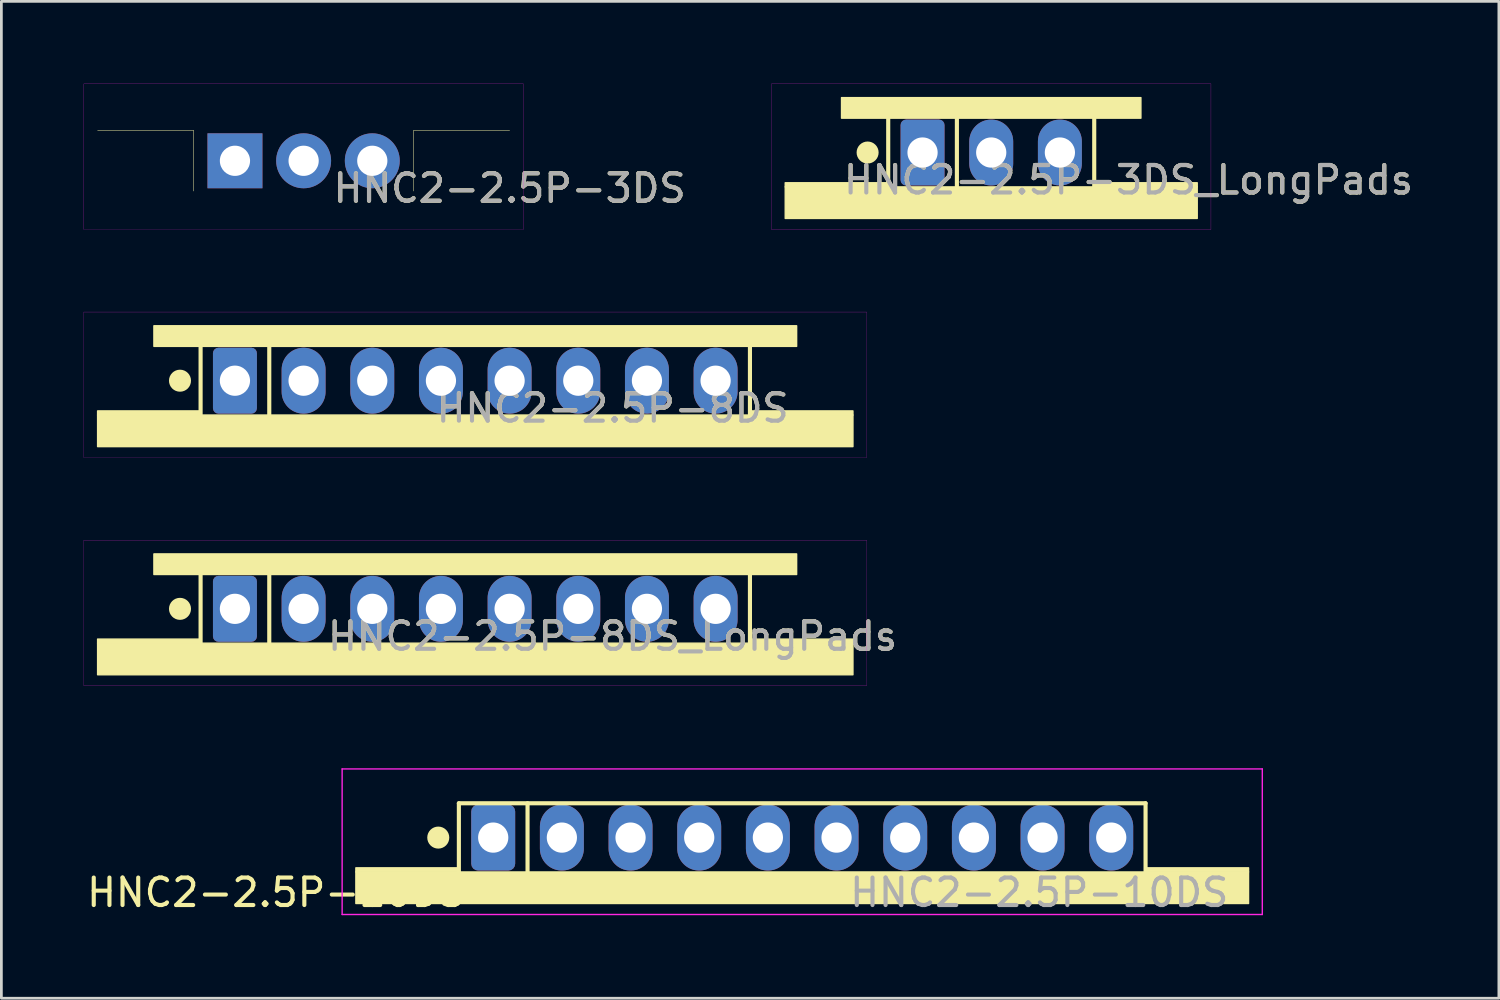
<source format=kicad_pcb>
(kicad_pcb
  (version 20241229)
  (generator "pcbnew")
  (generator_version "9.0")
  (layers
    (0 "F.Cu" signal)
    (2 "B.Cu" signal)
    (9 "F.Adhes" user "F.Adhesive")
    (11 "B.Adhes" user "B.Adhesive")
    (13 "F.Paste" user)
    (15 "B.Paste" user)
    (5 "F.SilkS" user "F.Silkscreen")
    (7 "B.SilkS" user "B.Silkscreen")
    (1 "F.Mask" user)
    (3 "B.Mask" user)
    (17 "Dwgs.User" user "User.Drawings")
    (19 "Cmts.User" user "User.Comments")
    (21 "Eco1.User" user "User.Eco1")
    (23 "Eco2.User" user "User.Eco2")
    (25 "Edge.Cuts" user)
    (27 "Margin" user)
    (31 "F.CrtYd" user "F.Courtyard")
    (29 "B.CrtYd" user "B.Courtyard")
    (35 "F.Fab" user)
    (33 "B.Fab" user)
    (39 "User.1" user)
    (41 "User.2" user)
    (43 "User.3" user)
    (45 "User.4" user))
  (footprint "HNC2-2.5P-8DS"
    (layer "F.Cu")
    (at 5.503 10.81)
    (property "Reference" "HNC2-2.5P-8DS" (at 13.75 1 180) (layer "F.SilkS") (effects (font (size 1 1) (thickness 0.15))))
    (attr through_hole)
    (fp_line (start -1.25 -1.25) (end -1.25 1.25) (stroke (width 0.15) (type solid)) (layer "F.SilkS"))
    (fp_line (start 1.25 -1.25) (end 1.25 1.25) (stroke (width 0.15) (type solid)) (layer "F.SilkS"))
    (fp_line (start 18.75 -1.25) (end 18.75 1.25) (stroke (width 0.15) (type solid)) (layer "F.SilkS"))
    (fp_rect (start -5 1.1) (end -1.25 1.25) (stroke (width 0.05) (type solid)) (fill yes) (layer "F.SilkS"))
    (fp_rect (start -5 1.25) (end 22.5 2.4) (stroke (width 0.05) (type solid)) (fill yes) (layer "F.SilkS"))
    (fp_rect (start -2.95 -2) (end 20.45 -1.25) (stroke (width 0.05) (type solid)) (fill yes) (layer "F.SilkS"))
    (fp_rect (start 18.75 1.1) (end 22.5 1.25) (stroke (width 0.05) (type solid)) (fill yes) (layer "F.SilkS"))
    (fp_circle (center -2 0) (end -1.999 0) (stroke (width 0.4) (type solid)) (fill no) (layer "F.SilkS"))
    (fp_line (start -5.5 -2.5) (end 23 -2.5) (stroke (width 0.006) (type solid)) (layer "F.CrtYd"))
    (fp_line (start -5.5 2.8) (end -5.5 -2.5) (stroke (width 0.006) (type solid)) (layer "F.CrtYd"))
    (fp_line (start 23 -2.5) (end 23 2.8) (stroke (width 0.006) (type solid)) (layer "F.CrtYd"))
    (fp_line (start 23 2.8) (end -5.5 2.8) (stroke (width 0.006) (type solid)) (layer "F.CrtYd"))
    (fp_text user "${REFERENCE}" (at 13.75 1 180) (layer "F.Fab") (effects (font (size 1 1) (thickness 0.15))))
    (pad "1" thru_hole roundrect (at 0 0 180) (size 1.6 2.4) (drill 1.1) (layers "*.Cu" "*.Mask") (roundrect_rratio 0.125))
    (pad "2" thru_hole oval (at 2.5 0 180) (size 1.6 2.4) (drill 1.1) (layers "*.Cu" "*.Mask"))
    (pad "3" thru_hole oval (at 5 0 180) (size 1.6 2.4) (drill 1.1) (layers "*.Cu" "*.Mask"))
    (pad "4" thru_hole oval (at 7.5 0 180) (size 1.6 2.4) (drill 1.1) (layers "*.Cu" "*.Mask"))
    (pad "5" thru_hole oval (at 10 0 180) (size 1.6 2.4) (drill 1.1) (layers "*.Cu" "*.Mask"))
    (pad "6" thru_hole oval (at 12.5 0 180) (size 1.6 2.4) (drill 1.1) (layers "*.Cu" "*.Mask"))
    (pad "7" thru_hole oval (at 15 0 180) (size 1.6 2.4) (drill 1.1) (layers "*.Cu" "*.Mask"))
    (pad "8" thru_hole oval (at 17.5 0 180) (size 1.6 2.4) (drill 1.1) (layers "*.Cu" "*.Mask")))
  (footprint "HNC2-2.5P-3DS"
    (layer "F.Cu")
    (at 8.004 2.804)
    (property "Reference" "HNC2-2.5P-3DS" (at 7.5 1 180) (layer "F.SilkS") (effects (font (size 1 1) (thickness 0.15))))
    (attr through_hole)
    (fp_line (start -7.5 -1.1) (end -4 -1.1) (stroke (width 0.017) (type solid)) (layer "F.SilkS"))
    (fp_line (start -4 1.1) (end -4 -1.1) (stroke (width 0.017) (type solid)) (layer "F.SilkS"))
    (fp_line (start 4 1.1) (end 4 -1.1) (stroke (width 0.017) (type solid)) (layer "F.SilkS"))
    (fp_line (start 7.5 -1.1) (end 4 -1.1) (stroke (width 0.017) (type solid)) (layer "F.SilkS"))
    (fp_line (start -8 -2.8) (end 8 -2.8) (stroke (width 0.007) (type solid)) (layer "F.CrtYd"))
    (fp_line (start -8 2.5) (end -8 -2.8) (stroke (width 0.007) (type solid)) (layer "F.CrtYd"))
    (fp_line (start 8 -2.8) (end 8 2.5) (stroke (width 0.007) (type solid)) (layer "F.CrtYd"))
    (fp_line (start 8 2.5) (end -8 2.5) (stroke (width 0.007) (type solid)) (layer "F.CrtYd"))
    (fp_text user "${REFERENCE}" (at 7.5 1 180) (layer "F.Fab") (effects (font (size 1 1) (thickness 0.15))))
    (pad "1" thru_hole rect (at -2.5 0 180) (size 2 2) (drill 1.1) (layers "*.Cu" "*.Mask"))
    (pad "2" thru_hole circle (at 0 0 180) (size 2 2) (drill 1.1) (layers "*.Cu" "*.Mask"))
    (pad "3" thru_hole circle (at 2.5 0 180) (size 2 2) (drill 1.1) (layers "*.Cu" "*.Mask")))
  (footprint "HNC2-2.5P-8DS_LongPads"
    (layer "F.Cu")
    (at 5.503 19.116)
    (property "Reference" "HNC2-2.5P-8DS_LongPads" (at 13.75 1 180) (layer "F.SilkS") (effects (font (size 1 1) (thickness 0.15))))
    (attr through_hole)
    (fp_line (start -1.25 -1.25) (end -1.25 1.25) (stroke (width 0.15) (type solid)) (layer "F.SilkS"))
    (fp_line (start 1.25 -1.25) (end 1.25 1.25) (stroke (width 0.15) (type solid)) (layer "F.SilkS"))
    (fp_line (start 18.75 -1.25) (end 18.75 1.25) (stroke (width 0.15) (type solid)) (layer "F.SilkS"))
    (fp_rect (start -5 1.1) (end -1.25 1.25) (stroke (width 0.05) (type solid)) (fill yes) (layer "F.SilkS"))
    (fp_rect (start -5 1.25) (end 22.5 2.4) (stroke (width 0.05) (type solid)) (fill yes) (layer "F.SilkS"))
    (fp_rect (start -2.95 -2) (end 20.45 -1.25) (stroke (width 0.05) (type solid)) (fill yes) (layer "F.SilkS"))
    (fp_rect (start 18.75 1.1) (end 22.5 1.25) (stroke (width 0.05) (type solid)) (fill yes) (layer "F.SilkS"))
    (fp_circle (center -2 0) (end -1.999 0) (stroke (width 0.4) (type solid)) (fill no) (layer "F.SilkS"))
    (fp_line (start -5.5 -2.5) (end 23 -2.5) (stroke (width 0.006) (type solid)) (layer "F.CrtYd"))
    (fp_line (start -5.5 2.8) (end -5.5 -2.5) (stroke (width 0.006) (type solid)) (layer "F.CrtYd"))
    (fp_line (start 23 -2.5) (end 23 2.8) (stroke (width 0.006) (type solid)) (layer "F.CrtYd"))
    (fp_line (start 23 2.8) (end -5.5 2.8) (stroke (width 0.006) (type solid)) (layer "F.CrtYd"))
    (fp_text user "${REFERENCE}" (at 13.75 1 180) (layer "F.Fab") (effects (font (size 1 1) (thickness 0.15))))
    (pad "1" thru_hole roundrect (at 0 0 180) (size 1.6 2.4) (drill 1.1) (layers "*.Cu" "*.Mask") (roundrect_rratio 0.125))
    (pad "2" thru_hole oval (at 2.5 0 180) (size 1.6 2.4) (drill 1.1) (layers "*.Cu" "*.Mask"))
    (pad "3" thru_hole oval (at 5 0 180) (size 1.6 2.4) (drill 1.1) (layers "*.Cu" "*.Mask"))
    (pad "4" thru_hole oval (at 7.5 0 180) (size 1.6 2.4) (drill 1.1) (layers "*.Cu" "*.Mask"))
    (pad "5" thru_hole oval (at 10 0 180) (size 1.6 2.4) (drill 1.1) (layers "*.Cu" "*.Mask"))
    (pad "6" thru_hole oval (at 12.5 0 180) (size 1.6 2.4) (drill 1.1) (layers "*.Cu" "*.Mask"))
    (pad "7" thru_hole oval (at 15 0 180) (size 1.6 2.4) (drill 1.1) (layers "*.Cu" "*.Mask"))
    (pad "8" thru_hole oval (at 17.5 0 180) (size 1.6 2.4) (drill 1.1) (layers "*.Cu" "*.Mask")))
  (footprint "HNC2-2.5P-10DS"
    (layer "F.Cu")
    (at 14.906 27.444)
    (property "Reference" "HNC2-2.5P-10DS" (at -7.9 2 180) (layer "F.SilkS") (effects (font (size 1 1) (thickness 0.15))))
    (attr through_hole)
    (fp_line (start -1.25 -1.25) (end -1.25 1.25) (stroke (width 0.15) (type solid)) (layer "F.SilkS"))
    (fp_line (start -1.25 -1.25) (end 23.75 -1.25) (stroke (width 0.15) (type solid)) (layer "F.SilkS"))
    (fp_line (start 1.25 -1.25) (end 1.25 1.25) (stroke (width 0.15) (type solid)) (layer "F.SilkS"))
    (fp_line (start 23.75 -1.25) (end 23.75 1.25) (stroke (width 0.15) (type solid)) (layer "F.SilkS"))
    (fp_rect (start -5 1.1) (end -1.25 1.25) (stroke (width 0.05) (type solid)) (fill yes) (layer "F.SilkS"))
    (fp_rect (start -5 1.25) (end 27.5 2.4) (stroke (width 0.05) (type solid)) (fill yes) (layer "F.SilkS"))
    (fp_rect (start 23.75 1.1) (end 27.5 1.25) (stroke (width 0.05) (type solid)) (fill yes) (layer "F.SilkS"))
    (fp_circle (center -2 0) (end -1.999 0) (stroke (width 0.4) (type solid)) (fill no) (layer "F.SilkS"))
    (fp_line (start -5.5 -2.5) (end 28 -2.5) (stroke (width 0.05) (type solid)) (layer "F.CrtYd"))
    (fp_line (start -5.5 2.8) (end -5.5 -2.5) (stroke (width 0.05) (type solid)) (layer "F.CrtYd"))
    (fp_line (start 28 -2.5) (end 28 2.8) (stroke (width 0.05) (type solid)) (layer "F.CrtYd"))
    (fp_line (start 28 2.8) (end -5.5 2.8) (stroke (width 0.05) (type solid)) (layer "F.CrtYd"))
    (fp_text user "${REFERENCE}" (at 19.88 2 180) (layer "F.Fab") (effects (font (size 1 1) (thickness 0.15))))
    (pad "1" thru_hole roundrect (at 0 0 180) (size 1.6 2.4) (drill 1.1) (layers "*.Cu" "*.Mask") (roundrect_rratio 0.156))
    (pad "2" thru_hole oval (at 2.5 0 180) (size 1.6 2.4) (drill 1.1) (layers "*.Cu" "*.Mask"))
    (pad "3" thru_hole oval (at 5 0 180) (size 1.6 2.4) (drill 1.1) (layers "*.Cu" "*.Mask"))
    (pad "4" thru_hole oval (at 7.5 0 180) (size 1.6 2.4) (drill 1.1) (layers "*.Cu" "*.Mask"))
    (pad "5" thru_hole oval (at 10 0 180) (size 1.6 2.4) (drill 1.1) (layers "*.Cu" "*.Mask"))
    (pad "6" thru_hole oval (at 12.5 0 180) (size 1.6 2.4) (drill 1.1) (layers "*.Cu" "*.Mask"))
    (pad "7" thru_hole oval (at 15 0 180) (size 1.6 2.4) (drill 1.1) (layers "*.Cu" "*.Mask"))
    (pad "8" thru_hole oval (at 17.5 0 180) (size 1.6 2.4) (drill 1.1) (layers "*.Cu" "*.Mask"))
    (pad "9" thru_hole oval (at 20 0 180) (size 1.6 2.4) (drill 1.1) (layers "*.Cu" "*.Mask"))
    (pad "10" thru_hole oval (at 22.5 0 180) (size 1.6 2.4) (drill 1.1) (layers "*.Cu" "*.Mask")))
  (footprint "HNC2-2.5P-3DS_LongPads"
    (layer "F.Cu")
    (at 30.537 2.503)
    (property "Reference" "HNC2-2.5P-3DS_LongPads" (at 7.5 1 180) (layer "F.SilkS") (effects (font (size 1 1) (thickness 0.15))))
    (attr through_hole)
    (fp_line (start -1.25 1.25) (end -1.25 -1.25) (stroke (width 0.15) (type solid)) (layer "F.SilkS"))
    (fp_line (start 1.25 1.25) (end 1.25 -1.25) (stroke (width 0.15) (type solid)) (layer "F.SilkS"))
    (fp_line (start 6.25 1.25) (end 6.25 -1.25) (stroke (width 0.15) (type solid)) (layer "F.SilkS"))
    (fp_rect (start -5 1.1) (end -1.25 1.25) (stroke (width 0.05) (type solid)) (fill yes) (layer "F.SilkS"))
    (fp_rect (start -5 1.25) (end 10 2.4) (stroke (width 0.05) (type solid)) (fill yes) (layer "F.SilkS"))
    (fp_rect (start -2.95 -2) (end 7.95 -1.25) (stroke (width 0.05) (type solid)) (fill yes) (layer "F.SilkS"))
    (fp_rect (start 6.275 1.1) (end 10 1.25) (stroke (width 0.05) (type solid)) (fill yes) (layer "F.SilkS"))
    (fp_circle (center -2 0) (end -1.999 0) (stroke (width 0.4) (type solid)) (fill no) (layer "F.SilkS"))
    (fp_line (start -5.5 -2.5) (end 10.5 -2.5) (stroke (width 0.007) (type solid)) (layer "F.CrtYd"))
    (fp_line (start -5.5 2.8) (end -5.5 -2.5) (stroke (width 0.007) (type solid)) (layer "F.CrtYd"))
    (fp_line (start 10.5 -2.5) (end 10.5 2.8) (stroke (width 0.007) (type solid)) (layer "F.CrtYd"))
    (fp_line (start 10.5 2.8) (end -5.5 2.8) (stroke (width 0.007) (type solid)) (layer "F.CrtYd"))
    (fp_text user "${REFERENCE}" (at 7.5 1 180) (layer "F.Fab") (effects (font (size 1 1) (thickness 0.15))))
    (pad "1" thru_hole roundrect (at 0 0 180) (size 1.6 2.4) (drill 1.1) (layers "*.Cu" "*.Mask") (roundrect_rratio 0.125))
    (pad "2" thru_hole oval (at 2.5 0 180) (size 1.6 2.4) (drill 1.1) (layers "*.Cu" "*.Mask"))
    (pad "3" thru_hole oval (at 5 0 180) (size 1.6 2.4) (drill 1.1) (layers "*.Cu" "*.Mask")))
  (gr_rect
    (start -3 -3)
    (end 51.519 33.292)
    (stroke (width 0.1) (type default))
    (fill no)
    (layer "Edge.Cuts")))
</source>
